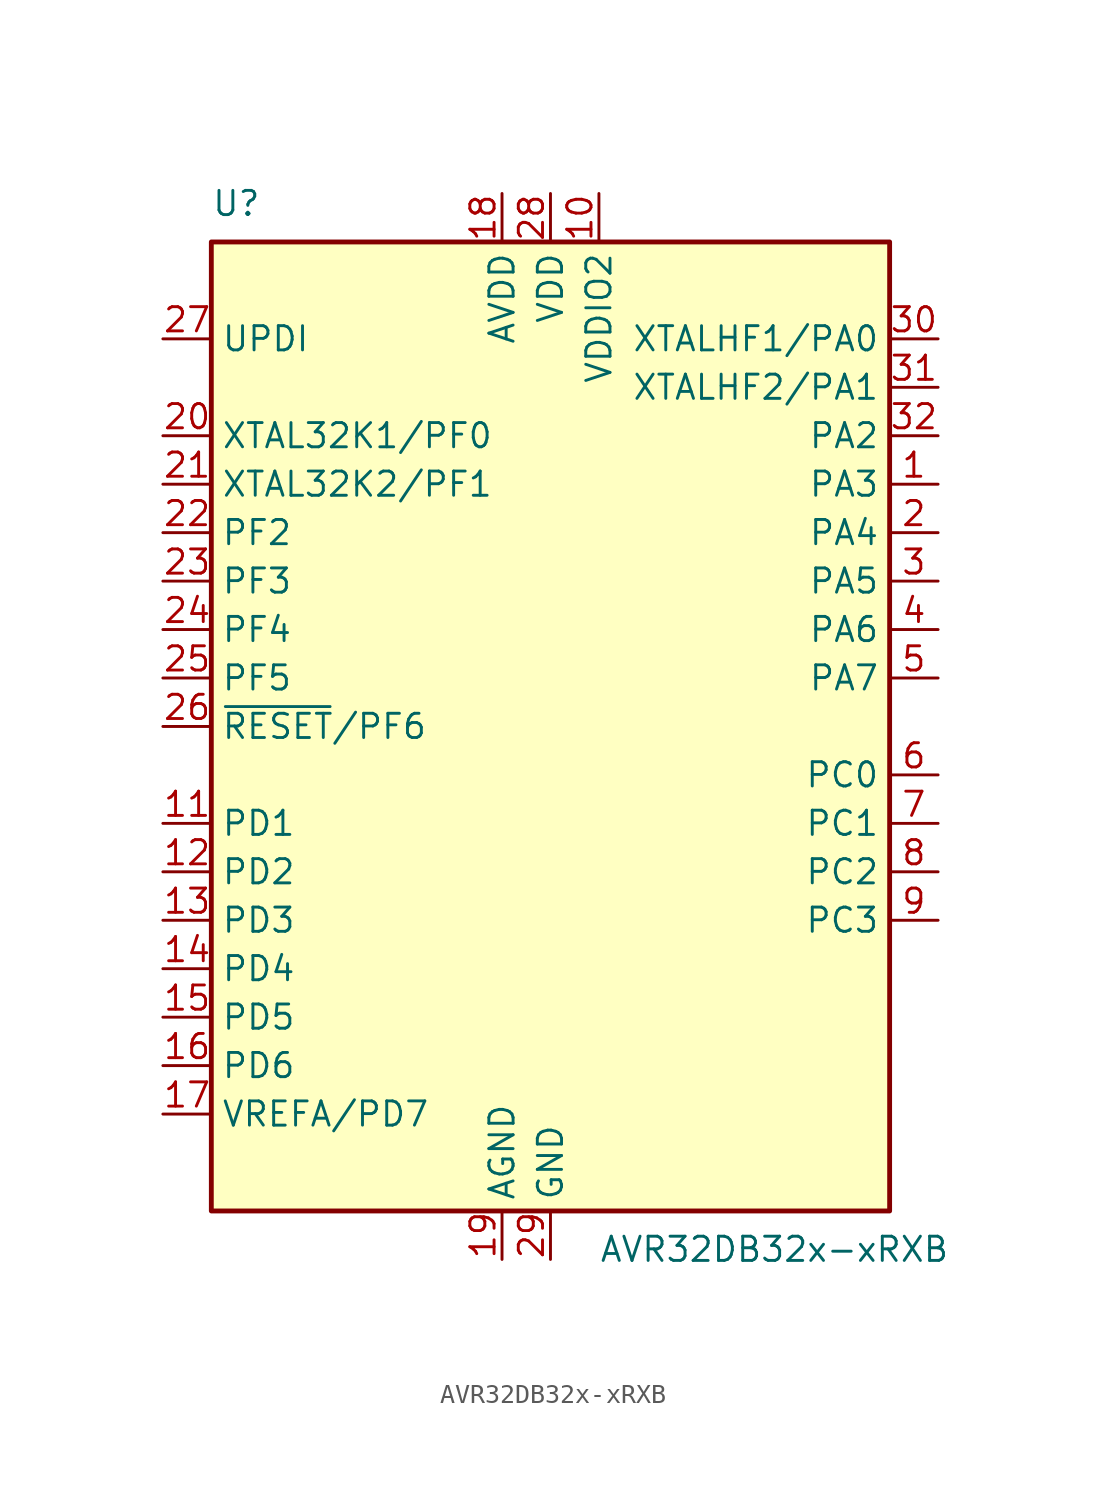
<source format=kicad_sym>
(kicad_symbol_lib
  (version 20231120)
  (generator "kicad_symbol_editor")
  (generator_version "8.0")
  (symbol "AVR32DB32x-xRXB"
    (property "Reference" "U"
      (at -17.78 26.67 0)
      (effects (font (size 1.27 1.27)) (justify left bottom)))
    (property "Value" "AVR32DB32x-xRXB"
      (at 2.54 -26.67 0)
      (effects (font (size 1.27 1.27)) (justify left top)))
    (symbol "AVR32DB32x-xRXB_0_1"
      (rectangle (start -17.78 25.4) (end 17.78 -25.4) (stroke (width 0.254) (type default)) (fill (type background))))
    (symbol "AVR32DB32x-xRXB_1_1"
      (pin bidirectional line (at 20.32 12.7 180) (length 2.54) (name "PA3" (effects (font (size 1.27 1.27)))) (number "1" (effects (font (size 1.27 1.27)))))
      (pin power_in line (at 2.54 27.94 270) (length 2.54) (name "VDDIO2" (effects (font (size 1.27 1.27)))) (number "10" (effects (font (size 1.27 1.27)))))
      (pin bidirectional line (at -20.32 -5.08 0) (length 2.54) (name "PD1" (effects (font (size 1.27 1.27)))) (number "11" (effects (font (size 1.27 1.27)))))
      (pin bidirectional line (at -20.32 -7.62 0) (length 2.54) (name "PD2" (effects (font (size 1.27 1.27)))) (number "12" (effects (font (size 1.27 1.27)))))
      (pin bidirectional line (at -20.32 -10.16 0) (length 2.54) (name "PD3" (effects (font (size 1.27 1.27)))) (number "13" (effects (font (size 1.27 1.27)))))
      (pin bidirectional line (at -20.32 -12.7 0) (length 2.54) (name "PD4" (effects (font (size 1.27 1.27)))) (number "14" (effects (font (size 1.27 1.27)))))
      (pin bidirectional line (at -20.32 -15.24 0) (length 2.54) (name "PD5" (effects (font (size 1.27 1.27)))) (number "15" (effects (font (size 1.27 1.27)))))
      (pin bidirectional line (at -20.32 -17.78 0) (length 2.54) (name "PD6" (effects (font (size 1.27 1.27)))) (number "16" (effects (font (size 1.27 1.27)))))
      (pin bidirectional line (at -20.32 -20.32 0) (length 2.54) (name "VREFA/PD7" (effects (font (size 1.27 1.27)))) (number "17" (effects (font (size 1.27 1.27)))))
      (pin power_in line (at -2.54 27.94 270) (length 2.54) (name "AVDD" (effects (font (size 1.27 1.27)))) (number "18" (effects (font (size 1.27 1.27)))))
      (pin power_in line (at -2.54 -27.94 90) (length 2.54) (name "AGND" (effects (font (size 1.27 1.27)))) (number "19" (effects (font (size 1.27 1.27)))))
      (pin bidirectional line (at 20.32 10.16 180) (length 2.54) (name "PA4" (effects (font (size 1.27 1.27)))) (number "2" (effects (font (size 1.27 1.27)))))
      (pin bidirectional line (at -20.32 15.24 0) (length 2.54) (name "XTAL32K1/PF0" (effects (font (size 1.27 1.27)))) (number "20" (effects (font (size 1.27 1.27)))))
      (pin bidirectional line (at -20.32 12.7 0) (length 2.54) (name "XTAL32K2/PF1" (effects (font (size 1.27 1.27)))) (number "21" (effects (font (size 1.27 1.27)))))
      (pin bidirectional line (at -20.32 10.16 0) (length 2.54) (name "PF2" (effects (font (size 1.27 1.27)))) (number "22" (effects (font (size 1.27 1.27)))))
      (pin bidirectional line (at -20.32 7.62 0) (length 2.54) (name "PF3" (effects (font (size 1.27 1.27)))) (number "23" (effects (font (size 1.27 1.27)))))
      (pin bidirectional line (at -20.32 5.08 0) (length 2.54) (name "PF4" (effects (font (size 1.27 1.27)))) (number "24" (effects (font (size 1.27 1.27)))))
      (pin bidirectional line (at -20.32 2.54 0) (length 2.54) (name "PF5" (effects (font (size 1.27 1.27)))) (number "25" (effects (font (size 1.27 1.27)))))
      (pin bidirectional line (at -20.32 0 0) (length 2.54) (name "~{RESET}/PF6" (effects (font (size 1.27 1.27)))) (number "26" (effects (font (size 1.27 1.27)))))
      (pin input line (at -20.32 20.32 0) (length 2.54) (name "UPDI" (effects (font (size 1.27 1.27)))) (number "27" (effects (font (size 1.27 1.27)))))
      (pin power_in line (at 0 27.94 270) (length 2.54) (name "VDD" (effects (font (size 1.27 1.27)))) (number "28" (effects (font (size 1.27 1.27)))))
      (pin power_in line (at 0 -27.94 90) (length 2.54) (name "GND" (effects (font (size 1.27 1.27)))) (number "29" (effects (font (size 1.27 1.27)))))
      (pin bidirectional line (at 20.32 7.62 180) (length 2.54) (name "PA5" (effects (font (size 1.27 1.27)))) (number "3" (effects (font (size 1.27 1.27)))))
      (pin bidirectional line (at 20.32 20.32 180) (length 2.54) (name "XTALHF1/PA0" (effects (font (size 1.27 1.27)))) (number "30" (effects (font (size 1.27 1.27)))))
      (pin bidirectional line (at 20.32 17.78 180) (length 2.54) (name "XTALHF2/PA1" (effects (font (size 1.27 1.27)))) (number "31" (effects (font (size 1.27 1.27)))))
      (pin bidirectional line (at 20.32 15.24 180) (length 2.54) (name "PA2" (effects (font (size 1.27 1.27)))) (number "32" (effects (font (size 1.27 1.27)))))
      (pin passive line (at 0 -27.94 90) (length 2.54) hide (name "GND" (effects (font (size 1.27 1.27)))) (number "33" (effects (font (size 1.27 1.27)))))
      (pin bidirectional line (at 20.32 5.08 180) (length 2.54) (name "PA6" (effects (font (size 1.27 1.27)))) (number "4" (effects (font (size 1.27 1.27)))))
      (pin bidirectional line (at 20.32 2.54 180) (length 2.54) (name "PA7" (effects (font (size 1.27 1.27)))) (number "5" (effects (font (size 1.27 1.27)))))
      (pin bidirectional line (at 20.32 -2.54 180) (length 2.54) (name "PC0" (effects (font (size 1.27 1.27)))) (number "6" (effects (font (size 1.27 1.27)))))
      (pin bidirectional line (at 20.32 -5.08 180) (length 2.54) (name "PC1" (effects (font (size 1.27 1.27)))) (number "7" (effects (font (size 1.27 1.27)))))
      (pin bidirectional line (at 20.32 -7.62 180) (length 2.54) (name "PC2" (effects (font (size 1.27 1.27)))) (number "8" (effects (font (size 1.27 1.27)))))
      (pin bidirectional line (at 20.32 -10.16 180) (length 2.54) (name "PC3" (effects (font (size 1.27 1.27)))) (number "9" (effects (font (size 1.27 1.27))))))))
</source>
